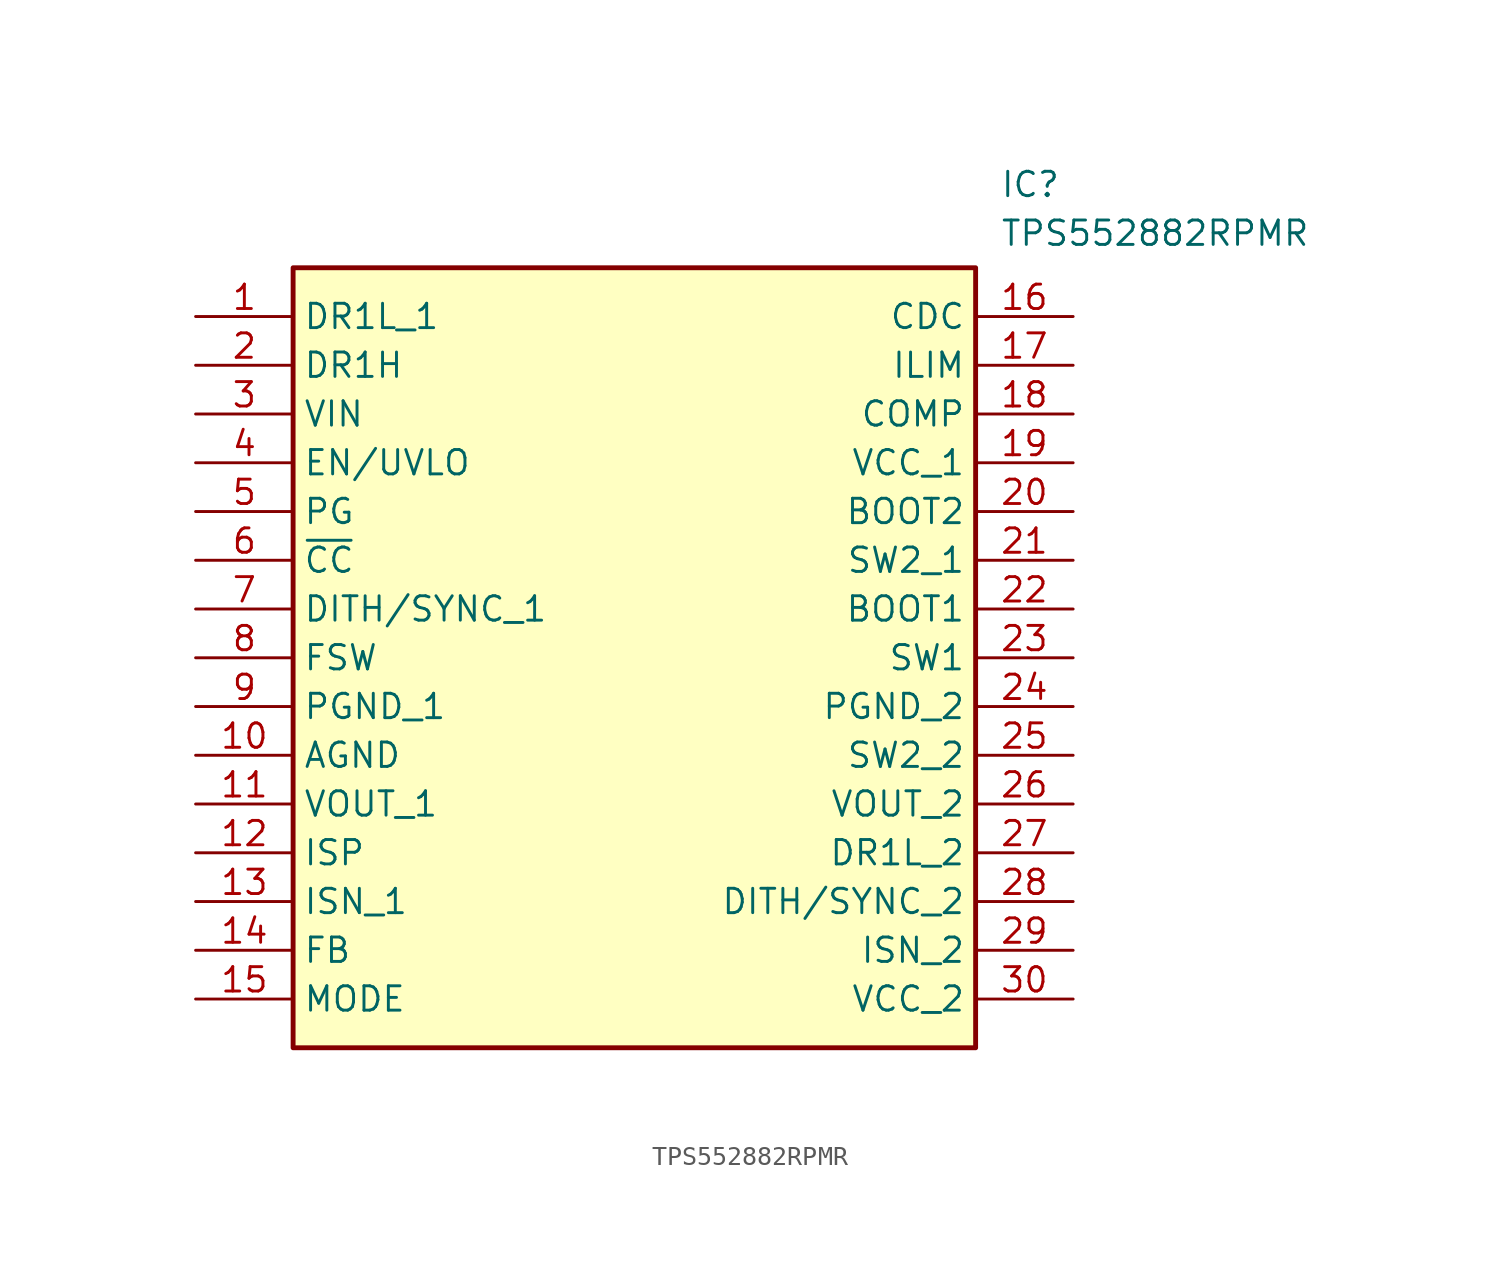
<source format=kicad_sym>
(kicad_symbol_lib
  (version 20211014)
  (generator SamacSys_ECAD_Model)
  (symbol "TPS552882RPMR"
    (property "Reference" "IC"
      (at 41.91 7.62 0)
      (effects (font (size 1.27 1.27)) (justify left top)))
    (property "Value" "TPS552882RPMR"
      (at 41.91 5.08 0)
      (effects (font (size 1.27 1.27)) (justify left top)))
    (rectangle
      (start 5.08 2.54)
      (end 40.64 -38.1)
      (stroke (width 0.254) (type default))
      (fill (type background)))
    (pin passive line
      (at 0 0 0)
      (length 5.08)
      (name "DR1L_1" (effects (font (size 1.27 1.27))))
      (number "1" (effects (font (size 1.27 1.27)))))
    (pin passive line
      (at 0 -2.54 0)
      (length 5.08)
      (name "DR1H" (effects (font (size 1.27 1.27))))
      (number "2" (effects (font (size 1.27 1.27)))))
    (pin passive line
      (at 0 -5.08 0)
      (length 5.08)
      (name "VIN" (effects (font (size 1.27 1.27))))
      (number "3" (effects (font (size 1.27 1.27)))))
    (pin passive line
      (at 0 -7.62 0)
      (length 5.08)
      (name "EN/UVLO" (effects (font (size 1.27 1.27))))
      (number "4" (effects (font (size 1.27 1.27)))))
    (pin passive line
      (at 0 -10.16 0)
      (length 5.08)
      (name "PG" (effects (font (size 1.27 1.27))))
      (number "5" (effects (font (size 1.27 1.27)))))
    (pin passive line
      (at 0 -12.7 0)
      (length 5.08)
      (name "~{CC}" (effects (font (size 1.27 1.27))))
      (number "6" (effects (font (size 1.27 1.27)))))
    (pin passive line
      (at 0 -15.24 0)
      (length 5.08)
      (name "DITH/SYNC_1" (effects (font (size 1.27 1.27))))
      (number "7" (effects (font (size 1.27 1.27)))))
    (pin passive line
      (at 0 -17.78 0)
      (length 5.08)
      (name "FSW" (effects (font (size 1.27 1.27))))
      (number "8" (effects (font (size 1.27 1.27)))))
    (pin passive line
      (at 0 -20.32 0)
      (length 5.08)
      (name "PGND_1" (effects (font (size 1.27 1.27))))
      (number "9" (effects (font (size 1.27 1.27)))))
    (pin passive line
      (at 0 -22.86 0)
      (length 5.08)
      (name "AGND" (effects (font (size 1.27 1.27))))
      (number "10" (effects (font (size 1.27 1.27)))))
    (pin passive line
      (at 0 -25.4 0)
      (length 5.08)
      (name "VOUT_1" (effects (font (size 1.27 1.27))))
      (number "11" (effects (font (size 1.27 1.27)))))
    (pin passive line
      (at 0 -27.94 0)
      (length 5.08)
      (name "ISP" (effects (font (size 1.27 1.27))))
      (number "12" (effects (font (size 1.27 1.27)))))
    (pin passive line
      (at 0 -30.48 0)
      (length 5.08)
      (name "ISN_1" (effects (font (size 1.27 1.27))))
      (number "13" (effects (font (size 1.27 1.27)))))
    (pin passive line
      (at 0 -33.02 0)
      (length 5.08)
      (name "FB" (effects (font (size 1.27 1.27))))
      (number "14" (effects (font (size 1.27 1.27)))))
    (pin passive line
      (at 0 -35.56 0)
      (length 5.08)
      (name "MODE" (effects (font (size 1.27 1.27))))
      (number "15" (effects (font (size 1.27 1.27)))))
    (pin passive line
      (at 45.72 0 180)
      (length 5.08)
      (name "CDC" (effects (font (size 1.27 1.27))))
      (number "16" (effects (font (size 1.27 1.27)))))
    (pin passive line
      (at 45.72 -2.54 180)
      (length 5.08)
      (name "ILIM" (effects (font (size 1.27 1.27))))
      (number "17" (effects (font (size 1.27 1.27)))))
    (pin passive line
      (at 45.72 -5.08 180)
      (length 5.08)
      (name "COMP" (effects (font (size 1.27 1.27))))
      (number "18" (effects (font (size 1.27 1.27)))))
    (pin passive line
      (at 45.72 -7.62 180)
      (length 5.08)
      (name "VCC_1" (effects (font (size 1.27 1.27))))
      (number "19" (effects (font (size 1.27 1.27)))))
    (pin passive line
      (at 45.72 -10.16 180)
      (length 5.08)
      (name "BOOT2" (effects (font (size 1.27 1.27))))
      (number "20" (effects (font (size 1.27 1.27)))))
    (pin passive line
      (at 45.72 -12.7 180)
      (length 5.08)
      (name "SW2_1" (effects (font (size 1.27 1.27))))
      (number "21" (effects (font (size 1.27 1.27)))))
    (pin passive line
      (at 45.72 -15.24 180)
      (length 5.08)
      (name "BOOT1" (effects (font (size 1.27 1.27))))
      (number "22" (effects (font (size 1.27 1.27)))))
    (pin passive line
      (at 45.72 -17.78 180)
      (length 5.08)
      (name "SW1" (effects (font (size 1.27 1.27))))
      (number "23" (effects (font (size 1.27 1.27)))))
    (pin passive line
      (at 45.72 -20.32 180)
      (length 5.08)
      (name "PGND_2" (effects (font (size 1.27 1.27))))
      (number "24" (effects (font (size 1.27 1.27)))))
    (pin passive line
      (at 45.72 -22.86 180)
      (length 5.08)
      (name "SW2_2" (effects (font (size 1.27 1.27))))
      (number "25" (effects (font (size 1.27 1.27)))))
    (pin passive line
      (at 45.72 -25.4 180)
      (length 5.08)
      (name "VOUT_2" (effects (font (size 1.27 1.27))))
      (number "26" (effects (font (size 1.27 1.27)))))
    (pin passive line
      (at 45.72 -27.94 180)
      (length 5.08)
      (name "DR1L_2" (effects (font (size 1.27 1.27))))
      (number "27" (effects (font (size 1.27 1.27)))))
    (pin passive line
      (at 45.72 -30.48 180)
      (length 5.08)
      (name "DITH/SYNC_2" (effects (font (size 1.27 1.27))))
      (number "28" (effects (font (size 1.27 1.27)))))
    (pin passive line
      (at 45.72 -33.02 180)
      (length 5.08)
      (name "ISN_2" (effects (font (size 1.27 1.27))))
      (number "29" (effects (font (size 1.27 1.27)))))
    (pin passive line
      (at 45.72 -35.56 180)
      (length 5.08)
      (name "VCC_2" (effects (font (size 1.27 1.27))))
      (number "30" (effects (font (size 1.27 1.27)))))))
</source>
